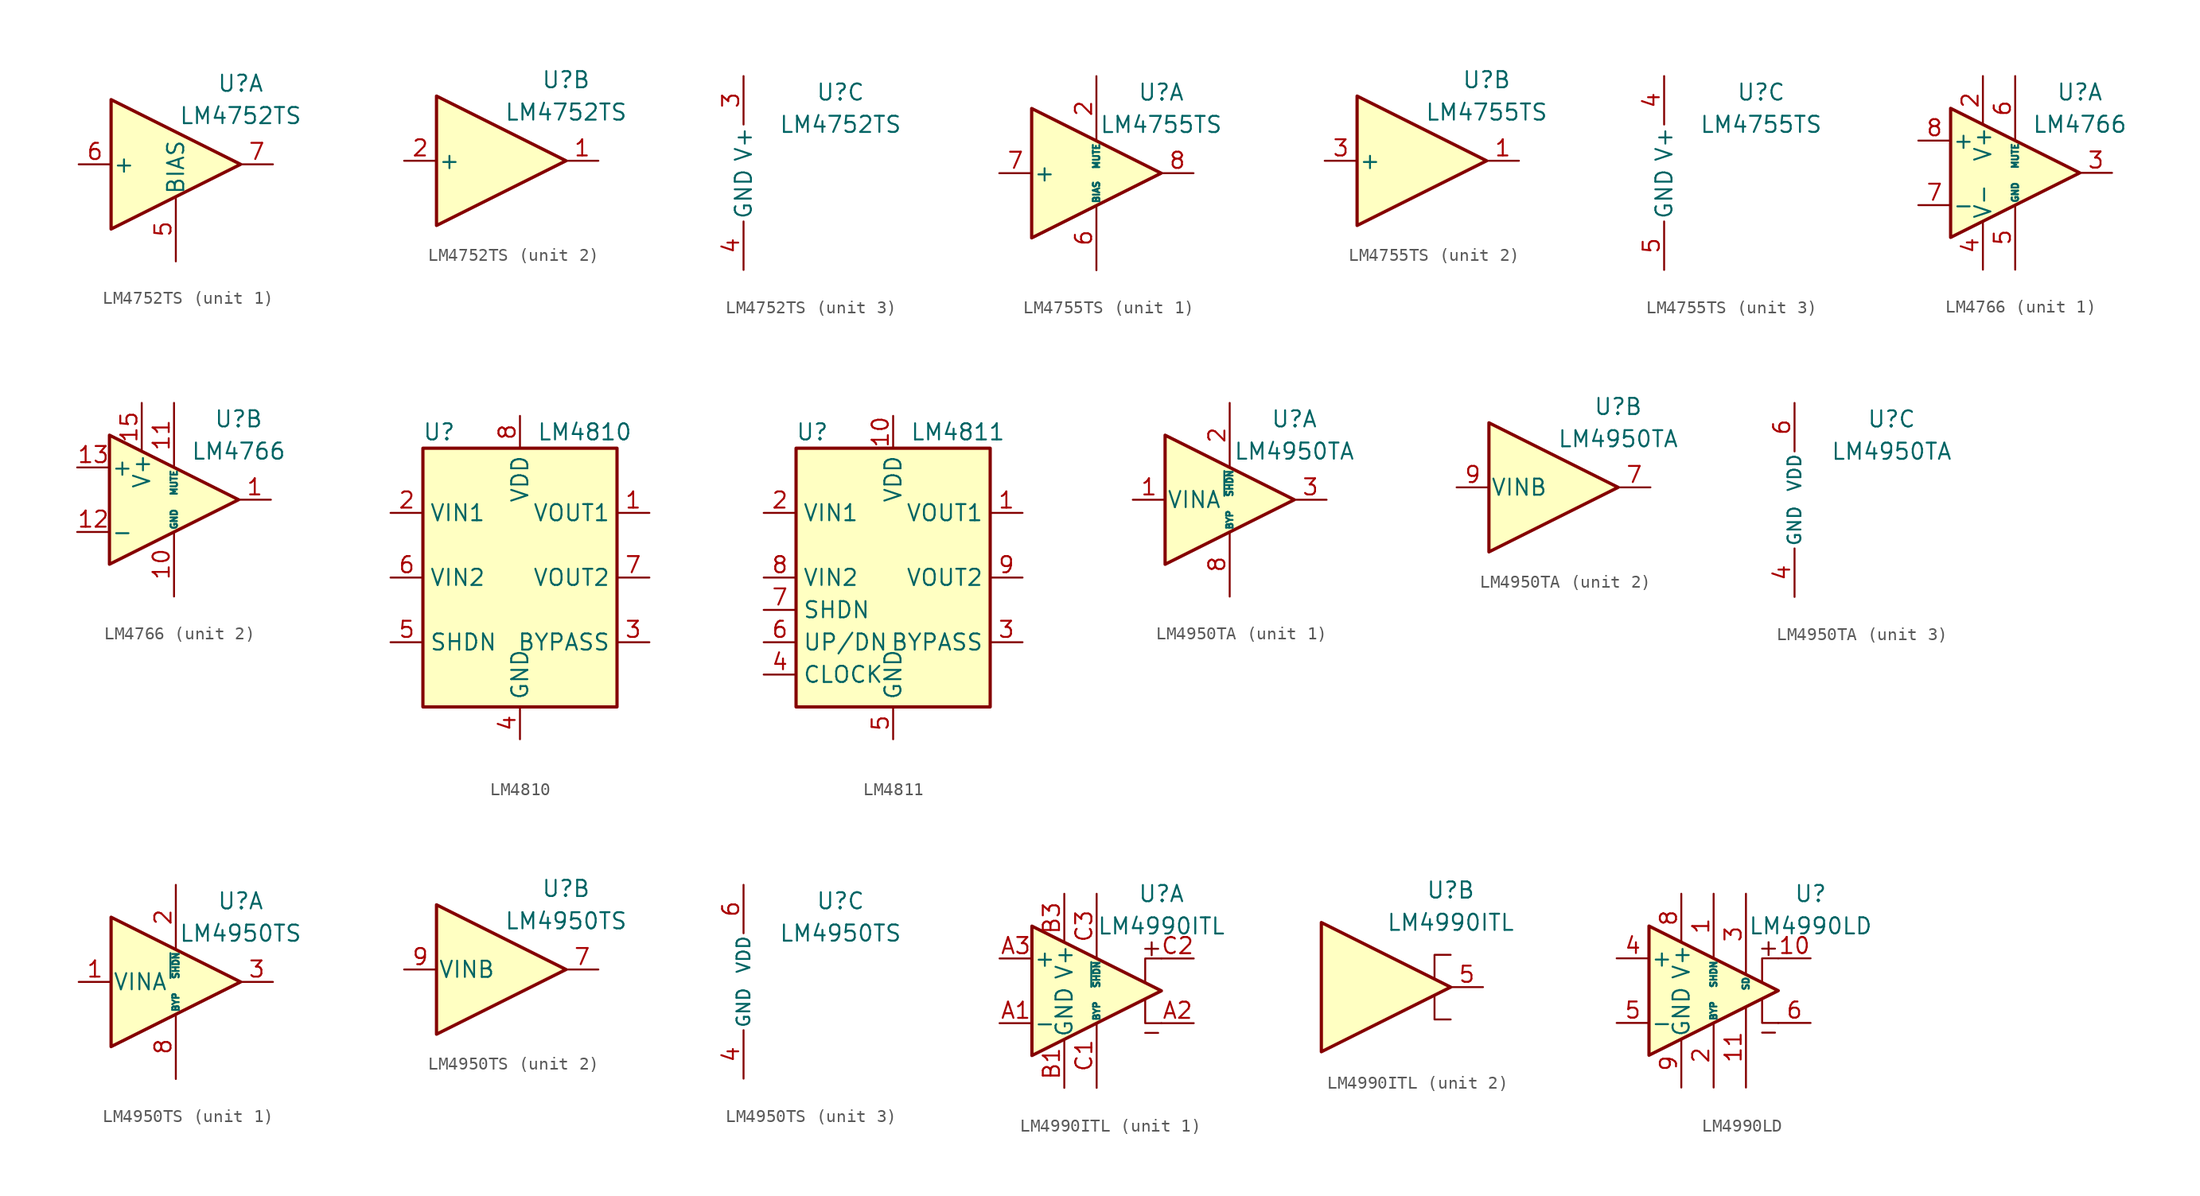
<source format=kicad_sym>
(kicad_symbol_lib
  (version 20241209)
  (generator "kicad_symbol_editor")
  (generator_version "9.0")
  (symbol "LM4752TS"
    (pin_names
      (offset 0.127))
    (property "Reference" "U"
      (at 5.08 6.35 0)
      (effects (font (size 1.27 1.27))))
    (property "Value" "LM4752TS"
      (at 5.08 3.81 0)
      (effects (font (size 1.27 1.27))))
    (property "ki_locked" ""
      (at 0 0 0)
      (effects (font (size 1.27 1.27))))
    (symbol "LM4752TS_1_1"
      (polyline (pts (xy -5.08 5.08) (xy 5.08 0) (xy -5.08 -5.08) (xy -5.08 5.08)) (stroke (width 0.254) (type solid)) (fill (type background)))
      (pin input line (at -7.62 0 0) (length 2.54) (name "+" (effects (font (size 1.27 1.27)))) (number "6" (effects (font (size 1.27 1.27)))))
      (pin input line (at 0 -7.62 90) (length 5.08) (name "BIAS" (effects (font (size 1.27 1.27)))) (number "5" (effects (font (size 1.27 1.27)))))
      (pin output line (at 7.62 0 180) (length 2.54) (name "~" (effects (font (size 1.27 1.27)))) (number "7" (effects (font (size 1.27 1.27))))))
    (symbol "LM4752TS_2_1"
      (polyline (pts (xy -5.08 5.08) (xy 5.08 0) (xy -5.08 -5.08) (xy -5.08 5.08)) (stroke (width 0.254) (type solid)) (fill (type background)))
      (pin input line (at -7.62 0 0) (length 2.54) (name "+" (effects (font (size 1.27 1.27)))) (number "2" (effects (font (size 1.27 1.27)))))
      (pin output line (at 7.62 0 180) (length 2.54) (name "~" (effects (font (size 1.27 1.27)))) (number "1" (effects (font (size 1.27 1.27))))))
    (symbol "LM4752TS_3_1"
      (pin power_in line (at -2.54 7.62 270) (length 3.81) (name "V+" (effects (font (size 1.27 1.27)))) (number "3" (effects (font (size 1.27 1.27)))))
      (pin power_in line (at -2.54 -7.62 90) (length 3.81) (name "GND" (effects (font (size 1.27 1.27)))) (number "4" (effects (font (size 1.27 1.27)))))))
  (symbol "LM4755TS"
    (pin_names
      (offset 0.127))
    (property "Reference" "U"
      (at 5.08 6.35 0)
      (effects (font (size 1.27 1.27))))
    (property "Value" "LM4755TS"
      (at 5.08 3.81 0)
      (effects (font (size 1.27 1.27))))
    (property "ki_locked" ""
      (at 0 0 0)
      (effects (font (size 1.27 1.27))))
    (symbol "LM4755TS_1_1"
      (polyline (pts (xy -5.08 5.08) (xy 5.08 0) (xy -5.08 -5.08) (xy -5.08 5.08)) (stroke (width 0.254) (type solid)) (fill (type background)))
      (pin input line (at -7.62 0 0) (length 2.54) (name "+" (effects (font (size 1.27 1.27)))) (number "7" (effects (font (size 1.27 1.27)))))
      (pin input line (at 0 7.62 270) (length 5.08) (name "MUTE" (effects (font (size 0.508 0.508)))) (number "2" (effects (font (size 1.27 1.27)))))
      (pin no_connect line (at 0 2.54 270) (length 2.54) (hide yes) (name "NC" (effects (font (size 1.27 1.27)))) (number "9" (effects (font (size 1.27 1.27)))))
      (pin input line (at 0 -7.62 90) (length 5.08) (name "BIAS" (effects (font (size 0.508 0.508)))) (number "6" (effects (font (size 1.27 1.27)))))
      (pin output line (at 7.62 0 180) (length 2.54) (name "~" (effects (font (size 1.27 1.27)))) (number "8" (effects (font (size 1.27 1.27))))))
    (symbol "LM4755TS_2_1"
      (polyline (pts (xy -5.08 5.08) (xy 5.08 0) (xy -5.08 -5.08) (xy -5.08 5.08)) (stroke (width 0.254) (type solid)) (fill (type background)))
      (pin input line (at -7.62 0 0) (length 2.54) (name "+" (effects (font (size 1.27 1.27)))) (number "3" (effects (font (size 1.27 1.27)))))
      (pin output line (at 7.62 0 180) (length 2.54) (name "~" (effects (font (size 1.27 1.27)))) (number "1" (effects (font (size 1.27 1.27))))))
    (symbol "LM4755TS_3_1"
      (pin power_in line (at -2.54 7.62 270) (length 3.81) (name "V+" (effects (font (size 1.27 1.27)))) (number "4" (effects (font (size 1.27 1.27)))))
      (pin power_in line (at -2.54 -7.62 90) (length 3.81) (name "GND" (effects (font (size 1.27 1.27)))) (number "5" (effects (font (size 1.27 1.27)))))))
  (symbol "LM4766"
    (pin_names
      (offset 0.127))
    (property "Reference" "U"
      (at 5.08 6.35 0)
      (effects (font (size 1.27 1.27))))
    (property "Value" "LM4766"
      (at 5.08 3.81 0)
      (effects (font (size 1.27 1.27))))
    (property "ki_locked" ""
      (at 0 0 0)
      (effects (font (size 1.27 1.27))))
    (symbol "LM4766_0_1"
      (polyline (pts (xy -5.08 5.08) (xy 5.08 0) (xy -5.08 -5.08) (xy -5.08 5.08)) (stroke (width 0.254) (type solid)) (fill (type background))))
    (symbol "LM4766_1_1"
      (pin input line (at -7.62 2.54 0) (length 2.54) (name "+" (effects (font (size 1.27 1.27)))) (number "8" (effects (font (size 1.27 1.27)))))
      (pin input line (at -7.62 -2.54 0) (length 2.54) (name "-" (effects (font (size 1.27 1.27)))) (number "7" (effects (font (size 1.27 1.27)))))
      (pin power_in line (at -2.54 7.62 270) (length 3.81) (name "V+" (effects (font (size 1.27 1.27)))) (number "2" (effects (font (size 1.27 1.27)))))
      (pin power_in line (at -2.54 -7.62 90) (length 3.81) (name "V-" (effects (font (size 1.27 1.27)))) (number "4" (effects (font (size 1.27 1.27)))))
      (pin input line (at 0 7.62 270) (length 5.08) (name "MUTE" (effects (font (size 0.508 0.508)))) (number "6" (effects (font (size 1.27 1.27)))))
      (pin no_connect line (at 0 2.54 270) (length 2.54) (hide yes) (name "NC" (effects (font (size 1.27 1.27)))) (number "9" (effects (font (size 1.27 1.27)))))
      (pin power_in line (at 0 -7.62 90) (length 5.08) (name "GND" (effects (font (size 0.508 0.508)))) (number "5" (effects (font (size 1.27 1.27)))))
      (pin output line (at 7.62 0 180) (length 2.54) (name "~" (effects (font (size 1.27 1.27)))) (number "3" (effects (font (size 1.27 1.27))))))
    (symbol "LM4766_2_1"
      (pin input line (at -7.62 2.54 0) (length 2.54) (name "+" (effects (font (size 1.27 1.27)))) (number "13" (effects (font (size 1.27 1.27)))))
      (pin input line (at -7.62 -2.54 0) (length 2.54) (name "-" (effects (font (size 1.27 1.27)))) (number "12" (effects (font (size 1.27 1.27)))))
      (pin power_in line (at -2.54 7.62 270) (length 3.81) (name "V+" (effects (font (size 1.27 1.27)))) (number "15" (effects (font (size 1.27 1.27)))))
      (pin input line (at 0 7.62 270) (length 5.08) (name "MUTE" (effects (font (size 0.508 0.508)))) (number "11" (effects (font (size 1.27 1.27)))))
      (pin no_connect line (at 0 2.54 270) (length 2.54) (hide yes) (name "NC" (effects (font (size 1.27 1.27)))) (number "14" (effects (font (size 1.27 1.27)))))
      (pin power_in line (at 0 -7.62 90) (length 5.08) (name "GND" (effects (font (size 0.508 0.508)))) (number "10" (effects (font (size 1.27 1.27)))))
      (pin output line (at 7.62 0 180) (length 2.54) (name "~" (effects (font (size 1.27 1.27)))) (number "1" (effects (font (size 1.27 1.27)))))))
  (symbol "LM4810"
    (property "Reference" "U"
      (at -6.35 11.43 0)
      (effects (font (size 1.27 1.27))))
    (property "Value" "LM4810"
      (at 5.08 11.43 0)
      (effects (font (size 1.27 1.27))))
    (symbol "LM4810_0_1"
      (rectangle (start -7.62 10.16) (end 7.62 -10.16) (stroke (width 0.254) (type solid)) (fill (type background))))
    (symbol "LM4810_1_1"
      (pin input line (at -10.16 5.08 0) (length 2.54) (name "VIN1" (effects (font (size 1.27 1.27)))) (number "2" (effects (font (size 1.27 1.27)))))
      (pin input line (at -10.16 0 0) (length 2.54) (name "VIN2" (effects (font (size 1.27 1.27)))) (number "6" (effects (font (size 1.27 1.27)))))
      (pin input line (at -10.16 -5.08 0) (length 2.54) (name "SHDN" (effects (font (size 1.27 1.27)))) (number "5" (effects (font (size 1.27 1.27)))))
      (pin power_in line (at 0 12.7 270) (length 2.54) (name "VDD" (effects (font (size 1.27 1.27)))) (number "8" (effects (font (size 1.27 1.27)))))
      (pin power_in line (at 0 -12.7 90) (length 2.54) (name "GND" (effects (font (size 1.27 1.27)))) (number "4" (effects (font (size 1.27 1.27)))))
      (pin output line (at 10.16 5.08 180) (length 2.54) (name "VOUT1" (effects (font (size 1.27 1.27)))) (number "1" (effects (font (size 1.27 1.27)))))
      (pin output line (at 10.16 0 180) (length 2.54) (name "VOUT2" (effects (font (size 1.27 1.27)))) (number "7" (effects (font (size 1.27 1.27)))))
      (pin passive line (at 10.16 -5.08 180) (length 2.54) (name "BYPASS" (effects (font (size 1.27 1.27)))) (number "3" (effects (font (size 1.27 1.27)))))))
  (symbol "LM4811"
    (property "Reference" "U"
      (at -6.35 11.43 0)
      (effects (font (size 1.27 1.27))))
    (property "Value" "LM4811"
      (at 5.08 11.43 0)
      (effects (font (size 1.27 1.27))))
    (symbol "LM4811_0_1"
      (rectangle (start -7.62 10.16) (end 7.62 -10.16) (stroke (width 0.254) (type solid)) (fill (type background))))
    (symbol "LM4811_1_1"
      (pin input line (at -10.16 5.08 0) (length 2.54) (name "VIN1" (effects (font (size 1.27 1.27)))) (number "2" (effects (font (size 1.27 1.27)))))
      (pin input line (at -10.16 0 0) (length 2.54) (name "VIN2" (effects (font (size 1.27 1.27)))) (number "8" (effects (font (size 1.27 1.27)))))
      (pin input line (at -10.16 -2.54 0) (length 2.54) (name "SHDN" (effects (font (size 1.27 1.27)))) (number "7" (effects (font (size 1.27 1.27)))))
      (pin input line (at -10.16 -5.08 0) (length 2.54) (name "UP/DN" (effects (font (size 1.27 1.27)))) (number "6" (effects (font (size 1.27 1.27)))))
      (pin input line (at -10.16 -7.62 0) (length 2.54) (name "CLOCK" (effects (font (size 1.27 1.27)))) (number "4" (effects (font (size 1.27 1.27)))))
      (pin power_in line (at 0 12.7 270) (length 2.54) (name "VDD" (effects (font (size 1.27 1.27)))) (number "10" (effects (font (size 1.27 1.27)))))
      (pin power_in line (at 0 -12.7 90) (length 2.54) (name "GND" (effects (font (size 1.27 1.27)))) (number "5" (effects (font (size 1.27 1.27)))))
      (pin output line (at 10.16 5.08 180) (length 2.54) (name "VOUT1" (effects (font (size 1.27 1.27)))) (number "1" (effects (font (size 1.27 1.27)))))
      (pin output line (at 10.16 0 180) (length 2.54) (name "VOUT2" (effects (font (size 1.27 1.27)))) (number "9" (effects (font (size 1.27 1.27)))))
      (pin passive line (at 10.16 -5.08 180) (length 2.54) (name "BYPASS" (effects (font (size 1.27 1.27)))) (number "3" (effects (font (size 1.27 1.27)))))))
  (symbol "LM4950TA"
    (pin_names
      (offset 0.127))
    (property "Reference" "U"
      (at 5.08 6.35 0)
      (effects (font (size 1.27 1.27))))
    (property "Value" "LM4950TA"
      (at 5.08 3.81 0)
      (effects (font (size 1.27 1.27))))
    (property "ki_locked" ""
      (at 0 0 0)
      (effects (font (size 1.27 1.27))))
    (symbol "LM4950TA_1_1"
      (polyline (pts (xy -5.08 5.08) (xy 5.08 0) (xy -5.08 -5.08) (xy -5.08 5.08)) (stroke (width 0.254) (type solid)) (fill (type background)))
      (pin input line (at -7.62 0 0) (length 2.54) (name "VINA" (effects (font (size 1.27 1.27)))) (number "1" (effects (font (size 1.27 1.27)))))
      (pin input line (at 0 7.62 270) (length 5.08) (name "~{SHDN}" (effects (font (size 0.508 0.508)))) (number "2" (effects (font (size 1.27 1.27)))))
      (pin passive line (at 0 -7.62 90) (length 5.08) (name "BYP" (effects (font (size 0.508 0.508)))) (number "8" (effects (font (size 1.27 1.27)))))
      (pin output line (at 7.62 0 180) (length 2.54) (name "~" (effects (font (size 1.27 1.27)))) (number "3" (effects (font (size 1.27 1.27))))))
    (symbol "LM4950TA_2_1"
      (polyline (pts (xy -5.08 5.08) (xy 5.08 0) (xy -5.08 -5.08) (xy -5.08 5.08)) (stroke (width 0.254) (type solid)) (fill (type background)))
      (pin input line (at -7.62 0 0) (length 2.54) (name "VINB" (effects (font (size 1.27 1.27)))) (number "9" (effects (font (size 1.27 1.27)))))
      (pin output line (at 7.62 0 180) (length 2.54) (name "~" (effects (font (size 1.27 1.27)))) (number "7" (effects (font (size 1.27 1.27))))))
    (symbol "LM4950TA_3_1"
      (pin power_in line (at -2.54 7.62 270) (length 3.81) (name "VDD" (effects (font (size 1.016 1.016)))) (number "6" (effects (font (size 1.27 1.27)))))
      (pin power_in line (at -2.54 -7.62 90) (length 3.81) (name "GND" (effects (font (size 1.016 1.016)))) (number "4" (effects (font (size 1.27 1.27)))))
      (pin passive line (at -2.54 -7.62 90) (length 3.81) (hide yes) (name "GND" (effects (font (size 1.016 1.016)))) (number "5" (effects (font (size 1.27 1.27)))))))
  (symbol "LM4950TS"
    (pin_names
      (offset 0.127))
    (property "Reference" "U"
      (at 5.08 6.35 0)
      (effects (font (size 1.27 1.27))))
    (property "Value" "LM4950TS"
      (at 5.08 3.81 0)
      (effects (font (size 1.27 1.27))))
    (property "ki_locked" ""
      (at 0 0 0)
      (effects (font (size 1.27 1.27))))
    (symbol "LM4950TS_1_1"
      (polyline (pts (xy -5.08 5.08) (xy 5.08 0) (xy -5.08 -5.08) (xy -5.08 5.08)) (stroke (width 0.254) (type solid)) (fill (type background)))
      (pin input line (at -7.62 0 0) (length 2.54) (name "VINA" (effects (font (size 1.27 1.27)))) (number "1" (effects (font (size 1.27 1.27)))))
      (pin input line (at 0 7.62 270) (length 5.08) (name "~{SHDN}" (effects (font (size 0.508 0.508)))) (number "2" (effects (font (size 1.27 1.27)))))
      (pin passive line (at 0 -7.62 90) (length 5.08) (name "BYP" (effects (font (size 0.508 0.508)))) (number "8" (effects (font (size 1.27 1.27)))))
      (pin output line (at 7.62 0 180) (length 2.54) (name "~" (effects (font (size 1.27 1.27)))) (number "3" (effects (font (size 1.27 1.27))))))
    (symbol "LM4950TS_2_1"
      (polyline (pts (xy -5.08 5.08) (xy 5.08 0) (xy -5.08 -5.08) (xy -5.08 5.08)) (stroke (width 0.254) (type solid)) (fill (type background)))
      (pin input line (at -7.62 0 0) (length 2.54) (name "VINB" (effects (font (size 1.27 1.27)))) (number "9" (effects (font (size 1.27 1.27)))))
      (pin output line (at 7.62 0 180) (length 2.54) (name "~" (effects (font (size 1.27 1.27)))) (number "7" (effects (font (size 1.27 1.27))))))
    (symbol "LM4950TS_3_1"
      (pin power_in line (at -2.54 7.62 270) (length 3.81) (name "VDD" (effects (font (size 1.016 1.016)))) (number "6" (effects (font (size 1.27 1.27)))))
      (pin power_in line (at -2.54 -7.62 90) (length 3.81) (name "GND" (effects (font (size 1.016 1.016)))) (number "4" (effects (font (size 1.27 1.27)))))
      (pin passive line (at -2.54 -7.62 90) (length 3.81) (hide yes) (name "GND" (effects (font (size 1.016 1.016)))) (number "5" (effects (font (size 1.27 1.27)))))))
  (symbol "LM4990ITL"
    (pin_names
      (offset 0.127))
    (property "Reference" "U"
      (at 5.08 7.62 0)
      (effects (font (size 1.27 1.27))))
    (property "Value" "LM4990ITL"
      (at 5.08 5.08 0)
      (effects (font (size 1.27 1.27))))
    (symbol "LM4990ITL_0_1"
      (polyline (pts (xy -5.08 5.08) (xy 5.08 0) (xy -5.08 -5.08) (xy -5.08 5.08)) (stroke (width 0.254) (type solid)) (fill (type background)))
      (polyline (pts (xy 3.81 -0.635) (xy 3.81 -2.54) (xy 5.08 -2.54)) (stroke (width 0) (type solid)) (fill (type none)))
      (polyline (pts (xy 5.08 2.54) (xy 3.81 2.54) (xy 3.81 0.635)) (stroke (width 0) (type solid)) (fill (type none))))
    (symbol "LM4990ITL_1_1"
      (polyline (pts (xy 3.81 -3.302) (xy 4.826 -3.302)) (stroke (width 0) (type solid)) (fill (type none)))
      (polyline (pts (xy 4.318 3.81) (xy 4.318 2.794)) (stroke (width 0) (type solid)) (fill (type none)))
      (polyline (pts (xy 4.826 3.302) (xy 3.81 3.302)) (stroke (width 0) (type solid)) (fill (type none)))
      (pin input line (at -7.62 2.54 0) (length 2.54) (name "+" (effects (font (size 1.27 1.27)))) (number "A3" (effects (font (size 1.27 1.27)))))
      (pin input line (at -7.62 -2.54 0) (length 2.54) (name "-" (effects (font (size 1.27 1.27)))) (number "A1" (effects (font (size 1.27 1.27)))))
      (pin power_in line (at -2.54 7.62 270) (length 3.81) (name "V+" (effects (font (size 1.27 1.27)))) (number "B3" (effects (font (size 1.27 1.27)))))
      (pin power_in line (at -2.54 -7.62 90) (length 3.81) (name "GND" (effects (font (size 1.27 1.27)))) (number "B1" (effects (font (size 1.27 1.27)))))
      (pin passive line (at -2.54 -7.62 90) (length 3.81) (hide yes) (name "GND" (effects (font (size 1.27 1.27)))) (number "B2" (effects (font (size 1.27 1.27)))))
      (pin output line (at 0 7.62 270) (length 5.08) (name "~{SHDN}" (effects (font (size 0.508 0.508)))) (number "C3" (effects (font (size 1.27 1.27)))))
      (pin input line (at 0 -7.62 90) (length 5.08) (name "BYP" (effects (font (size 0.508 0.508)))) (number "C1" (effects (font (size 1.27 1.27)))))
      (pin output line (at 7.62 2.54 180) (length 2.54) (name "~" (effects (font (size 1.27 1.27)))) (number "C2" (effects (font (size 1.27 1.27)))))
      (pin output line (at 7.62 -2.54 180) (length 2.54) (name "~" (effects (font (size 1.27 1.27)))) (number "A2" (effects (font (size 1.27 1.27))))))
    (symbol "LM4990ITL_2_1"
      (pin output line (at 7.62 0 180) (length 2.54) (name "~" (effects (font (size 1.27 1.27)))) (number "5" (effects (font (size 1.27 1.27)))))))
  (symbol "LM4990LD"
    (pin_names
      (offset 0.127))
    (property "Reference" "U"
      (at 7.62 7.62 0)
      (effects (font (size 1.27 1.27))))
    (property "Value" "LM4990LD"
      (at 7.62 5.08 0)
      (effects (font (size 1.27 1.27))))
    (symbol "LM4990LD_0_1"
      (polyline (pts (xy -5.08 5.08) (xy 5.08 0) (xy -5.08 -5.08) (xy -5.08 5.08)) (stroke (width 0.254) (type solid)) (fill (type background)))
      (polyline (pts (xy 3.81 -0.635) (xy 3.81 -2.54) (xy 5.08 -2.54)) (stroke (width 0) (type solid)) (fill (type none)))
      (polyline (pts (xy 5.08 2.54) (xy 3.81 2.54) (xy 3.81 0.635)) (stroke (width 0) (type solid)) (fill (type none))))
    (symbol "LM4990LD_1_1"
      (polyline (pts (xy 3.81 -3.302) (xy 4.826 -3.302)) (stroke (width 0) (type solid)) (fill (type none)))
      (polyline (pts (xy 4.318 3.81) (xy 4.318 2.794)) (stroke (width 0) (type solid)) (fill (type none)))
      (polyline (pts (xy 4.826 3.302) (xy 3.81 3.302)) (stroke (width 0) (type solid)) (fill (type none)))
      (pin input line (at -7.62 2.54 0) (length 2.54) (name "+" (effects (font (size 1.27 1.27)))) (number "4" (effects (font (size 1.27 1.27)))))
      (pin input line (at -7.62 -2.54 0) (length 2.54) (name "-" (effects (font (size 1.27 1.27)))) (number "5" (effects (font (size 1.27 1.27)))))
      (pin power_in line (at -2.54 7.62 270) (length 3.81) (name "V+" (effects (font (size 1.27 1.27)))) (number "8" (effects (font (size 1.27 1.27)))))
      (pin power_in line (at -2.54 -7.62 90) (length 3.81) (name "GND" (effects (font (size 1.27 1.27)))) (number "9" (effects (font (size 1.27 1.27)))))
      (pin output line (at 0 7.62 270) (length 5.08) (name "SHDN" (effects (font (size 0.508 0.508)))) (number "1" (effects (font (size 1.27 1.27)))))
      (pin no_connect line (at 0 2.54 270) (length 2.54) (hide yes) (name "NC" (effects (font (size 1.27 1.27)))) (number "7" (effects (font (size 1.27 1.27)))))
      (pin input line (at 0 -7.62 90) (length 5.08) (name "BYP" (effects (font (size 0.508 0.508)))) (number "2" (effects (font (size 1.27 1.27)))))
      (pin input line (at 2.54 7.62 270) (length 6.35) (name "SD" (effects (font (size 0.508 0.508)))) (number "3" (effects (font (size 1.27 1.27)))))
      (pin power_in line (at 2.54 -7.62 90) (length 6.35) (name "~" (effects (font (size 1.27 1.27)))) (number "11" (effects (font (size 1.27 1.27)))))
      (pin output line (at 7.62 2.54 180) (length 2.54) (name "~" (effects (font (size 1.27 1.27)))) (number "10" (effects (font (size 1.27 1.27)))))
      (pin output line (at 7.62 -2.54 180) (length 2.54) (name "~" (effects (font (size 1.27 1.27)))) (number "6" (effects (font (size 1.27 1.27))))))))
</source>
